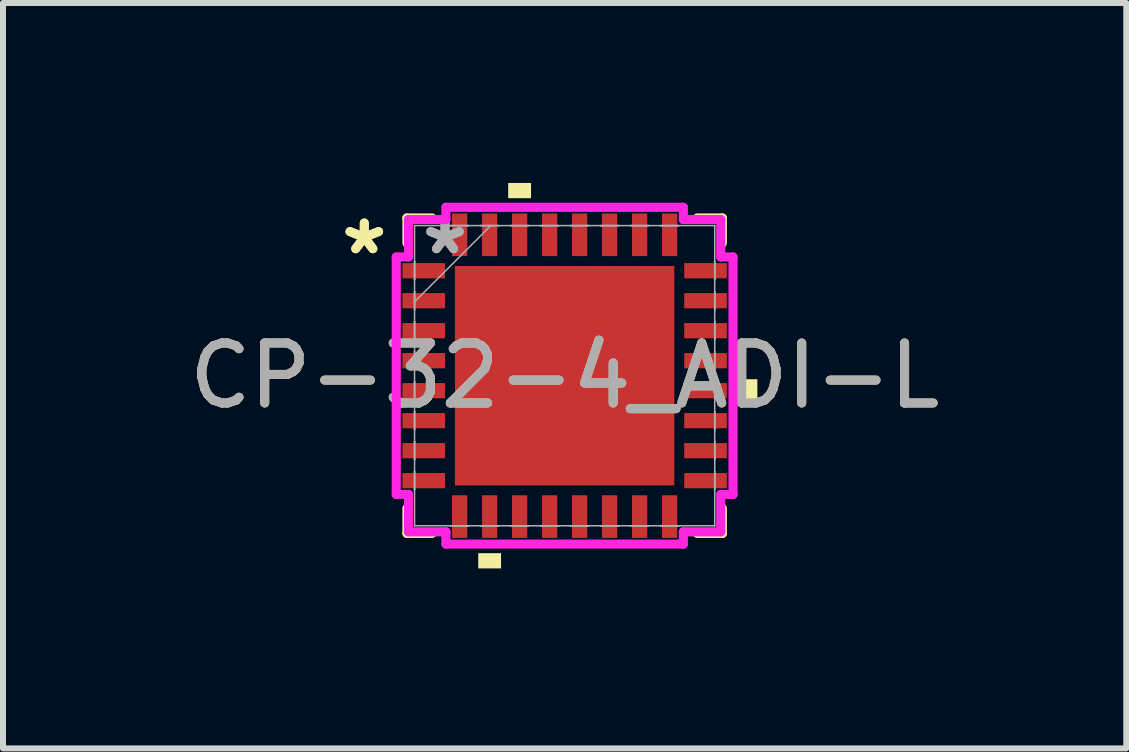
<source format=kicad_pcb>
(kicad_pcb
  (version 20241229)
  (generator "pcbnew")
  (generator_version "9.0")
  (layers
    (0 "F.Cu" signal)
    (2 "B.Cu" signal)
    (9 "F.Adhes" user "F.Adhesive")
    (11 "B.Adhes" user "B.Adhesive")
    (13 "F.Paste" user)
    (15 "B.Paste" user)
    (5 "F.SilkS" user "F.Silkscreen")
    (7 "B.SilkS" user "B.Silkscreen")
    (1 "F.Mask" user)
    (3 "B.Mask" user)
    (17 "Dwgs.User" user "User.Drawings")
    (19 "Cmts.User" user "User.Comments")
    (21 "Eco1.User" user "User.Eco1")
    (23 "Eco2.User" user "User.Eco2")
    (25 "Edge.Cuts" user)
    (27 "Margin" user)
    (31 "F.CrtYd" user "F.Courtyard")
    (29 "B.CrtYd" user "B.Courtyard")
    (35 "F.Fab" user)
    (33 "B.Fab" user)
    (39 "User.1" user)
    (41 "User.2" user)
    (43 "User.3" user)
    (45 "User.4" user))
  (footprint "CP-32-4_ADI-L"
    (layer "F.Cu")
    (at 6.363 3.213)
    (property "Reference" "CP-32-4_ADI-L" (at 0 0 0) (unlocked yes) (layer "F.SilkS") (effects (font (size 1 1) (thickness 0.15))))
    (attr smd)
    (fp_line (start -2.629 -2.629) (end -2.629 -2.21) (stroke (width 0.152) (type solid)) (layer "F.SilkS"))
    (fp_line (start -2.629 2.21) (end -2.629 2.629) (stroke (width 0.152) (type solid)) (layer "F.SilkS"))
    (fp_line (start -2.629 2.629) (end -2.21 2.629) (stroke (width 0.152) (type solid)) (layer "F.SilkS"))
    (fp_line (start -2.21 -2.629) (end -2.629 -2.629) (stroke (width 0.152) (type solid)) (layer "F.SilkS"))
    (fp_line (start 2.21 2.629) (end 2.629 2.629) (stroke (width 0.152) (type solid)) (layer "F.SilkS"))
    (fp_line (start 2.629 -2.629) (end 2.21 -2.629) (stroke (width 0.152) (type solid)) (layer "F.SilkS"))
    (fp_line (start 2.629 -2.21) (end 2.629 -2.629) (stroke (width 0.152) (type solid)) (layer "F.SilkS"))
    (fp_line (start 2.629 2.629) (end 2.629 2.21) (stroke (width 0.152) (type solid)) (layer "F.SilkS"))
    (fp_poly (pts (xy -1.44 2.959) (xy -1.44 3.213) (xy -1.06 3.213) (xy -1.06 2.959)) (stroke (width 0) (type solid)) (fill yes) (layer "F.SilkS"))
    (fp_poly (pts (xy -0.941 -2.959) (xy -0.941 -3.213) (xy -0.56 -3.213) (xy -0.56 -2.959)) (stroke (width 0) (type solid)) (fill yes) (layer "F.SilkS"))
    (fp_poly (pts (xy 3.213 0.059) (xy 3.213 0.441) (xy 2.959 0.441) (xy 2.959 0.059)) (stroke (width 0) (type solid)) (fill yes) (layer "F.SilkS"))
    (fp_poly (pts (xy -1.729 -1.729) (xy -1.729 -0.1) (xy -0.1 -0.1) (xy -0.1 -1.729)) (stroke (width 0) (type solid)) (fill yes) (layer "F.Paste"))
    (fp_poly (pts (xy -1.729 0.1) (xy -1.729 1.729) (xy -0.1 1.729) (xy -0.1 0.1)) (stroke (width 0) (type solid)) (fill yes) (layer "F.Paste"))
    (fp_poly (pts (xy 0.1 -1.729) (xy 0.1 -0.1) (xy 1.729 -0.1) (xy 1.729 -1.729)) (stroke (width 0) (type solid)) (fill yes) (layer "F.Paste"))
    (fp_poly (pts (xy 0.1 0.1) (xy 0.1 1.729) (xy 1.729 1.729) (xy 1.729 0.1)) (stroke (width 0) (type solid)) (fill yes) (layer "F.Paste"))
    (fp_line (start -2.807 -1.979) (end -2.603 -1.979) (stroke (width 0.152) (type solid)) (layer "F.CrtYd"))
    (fp_line (start -2.807 1.979) (end -2.807 -1.979) (stroke (width 0.152) (type solid)) (layer "F.CrtYd"))
    (fp_line (start -2.603 -2.603) (end -1.979 -2.603) (stroke (width 0.152) (type solid)) (layer "F.CrtYd"))
    (fp_line (start -2.603 -1.979) (end -2.603 -2.603) (stroke (width 0.152) (type solid)) (layer "F.CrtYd"))
    (fp_line (start -2.603 1.979) (end -2.807 1.979) (stroke (width 0.152) (type solid)) (layer "F.CrtYd"))
    (fp_line (start -2.603 2.603) (end -2.603 1.979) (stroke (width 0.152) (type solid)) (layer "F.CrtYd"))
    (fp_line (start -1.979 -2.807) (end 1.979 -2.807) (stroke (width 0.152) (type solid)) (layer "F.CrtYd"))
    (fp_line (start -1.979 -2.603) (end -1.979 -2.807) (stroke (width 0.152) (type solid)) (layer "F.CrtYd"))
    (fp_line (start -1.979 2.603) (end -2.603 2.603) (stroke (width 0.152) (type solid)) (layer "F.CrtYd"))
    (fp_line (start -1.979 2.807) (end -1.979 2.603) (stroke (width 0.152) (type solid)) (layer "F.CrtYd"))
    (fp_line (start 1.979 -2.807) (end 1.979 -2.603) (stroke (width 0.152) (type solid)) (layer "F.CrtYd"))
    (fp_line (start 1.979 -2.603) (end 2.603 -2.603) (stroke (width 0.152) (type solid)) (layer "F.CrtYd"))
    (fp_line (start 1.979 2.603) (end 1.979 2.807) (stroke (width 0.152) (type solid)) (layer "F.CrtYd"))
    (fp_line (start 1.979 2.807) (end -1.979 2.807) (stroke (width 0.152) (type solid)) (layer "F.CrtYd"))
    (fp_line (start 2.603 -2.603) (end 2.603 -1.979) (stroke (width 0.152) (type solid)) (layer "F.CrtYd"))
    (fp_line (start 2.603 -1.979) (end 2.807 -1.979) (stroke (width 0.152) (type solid)) (layer "F.CrtYd"))
    (fp_line (start 2.603 1.979) (end 2.603 2.603) (stroke (width 0.152) (type solid)) (layer "F.CrtYd"))
    (fp_line (start 2.603 2.603) (end 1.979 2.603) (stroke (width 0.152) (type solid)) (layer "F.CrtYd"))
    (fp_line (start 2.807 -1.979) (end 2.807 1.979) (stroke (width 0.152) (type solid)) (layer "F.CrtYd"))
    (fp_line (start 2.807 1.979) (end 2.603 1.979) (stroke (width 0.152) (type solid)) (layer "F.CrtYd"))
    (fp_line (start -2.502 -2.502) (end -2.502 -2.502) (stroke (width 0.025) (type solid)) (layer "F.Fab"))
    (fp_line (start -2.502 -2.502) (end -2.502 2.502) (stroke (width 0.025) (type solid)) (layer "F.Fab"))
    (fp_line (start -2.502 -1.902) (end -2.502 -1.902) (stroke (width 0.025) (type solid)) (layer "F.Fab"))
    (fp_line (start -2.502 -1.902) (end -2.502 -1.598) (stroke (width 0.025) (type solid)) (layer "F.Fab"))
    (fp_line (start -2.502 -1.598) (end -2.502 -1.902) (stroke (width 0.025) (type solid)) (layer "F.Fab"))
    (fp_line (start -2.502 -1.598) (end -2.502 -1.598) (stroke (width 0.025) (type solid)) (layer "F.Fab"))
    (fp_line (start -2.502 -1.402) (end -2.502 -1.402) (stroke (width 0.025) (type solid)) (layer "F.Fab"))
    (fp_line (start -2.502 -1.402) (end -2.502 -1.098) (stroke (width 0.025) (type solid)) (layer "F.Fab"))
    (fp_line (start -2.502 -1.232) (end -1.232 -2.502) (stroke (width 0.025) (type solid)) (layer "F.Fab"))
    (fp_line (start -2.502 -1.098) (end -2.502 -1.402) (stroke (width 0.025) (type solid)) (layer "F.Fab"))
    (fp_line (start -2.502 -1.098) (end -2.502 -1.098) (stroke (width 0.025) (type solid)) (layer "F.Fab"))
    (fp_line (start -2.502 -0.902) (end -2.502 -0.902) (stroke (width 0.025) (type solid)) (layer "F.Fab"))
    (fp_line (start -2.502 -0.902) (end -2.502 -0.598) (stroke (width 0.025) (type solid)) (layer "F.Fab"))
    (fp_line (start -2.502 -0.598) (end -2.502 -0.902) (stroke (width 0.025) (type solid)) (layer "F.Fab"))
    (fp_line (start -2.502 -0.598) (end -2.502 -0.598) (stroke (width 0.025) (type solid)) (layer "F.Fab"))
    (fp_line (start -2.502 -0.402) (end -2.502 -0.402) (stroke (width 0.025) (type solid)) (layer "F.Fab"))
    (fp_line (start -2.502 -0.402) (end -2.502 -0.098) (stroke (width 0.025) (type solid)) (layer "F.Fab"))
    (fp_line (start -2.502 -0.098) (end -2.502 -0.402) (stroke (width 0.025) (type solid)) (layer "F.Fab"))
    (fp_line (start -2.502 -0.098) (end -2.502 -0.098) (stroke (width 0.025) (type solid)) (layer "F.Fab"))
    (fp_line (start -2.502 0.098) (end -2.502 0.098) (stroke (width 0.025) (type solid)) (layer "F.Fab"))
    (fp_line (start -2.502 0.098) (end -2.502 0.402) (stroke (width 0.025) (type solid)) (layer "F.Fab"))
    (fp_line (start -2.502 0.402) (end -2.502 0.098) (stroke (width 0.025) (type solid)) (layer "F.Fab"))
    (fp_line (start -2.502 0.402) (end -2.502 0.402) (stroke (width 0.025) (type solid)) (layer "F.Fab"))
    (fp_line (start -2.502 0.598) (end -2.502 0.598) (stroke (width 0.025) (type solid)) (layer "F.Fab"))
    (fp_line (start -2.502 0.598) (end -2.502 0.902) (stroke (width 0.025) (type solid)) (layer "F.Fab"))
    (fp_line (start -2.502 0.902) (end -2.502 0.598) (stroke (width 0.025) (type solid)) (layer "F.Fab"))
    (fp_line (start -2.502 0.902) (end -2.502 0.902) (stroke (width 0.025) (type solid)) (layer "F.Fab"))
    (fp_line (start -2.502 1.098) (end -2.502 1.098) (stroke (width 0.025) (type solid)) (layer "F.Fab"))
    (fp_line (start -2.502 1.098) (end -2.502 1.402) (stroke (width 0.025) (type solid)) (layer "F.Fab"))
    (fp_line (start -2.502 1.402) (end -2.502 1.098) (stroke (width 0.025) (type solid)) (layer "F.Fab"))
    (fp_line (start -2.502 1.402) (end -2.502 1.402) (stroke (width 0.025) (type solid)) (layer "F.Fab"))
    (fp_line (start -2.502 1.598) (end -2.502 1.598) (stroke (width 0.025) (type solid)) (layer "F.Fab"))
    (fp_line (start -2.502 1.598) (end -2.502 1.902) (stroke (width 0.025) (type solid)) (layer "F.Fab"))
    (fp_line (start -2.502 1.902) (end -2.502 1.598) (stroke (width 0.025) (type solid)) (layer "F.Fab"))
    (fp_line (start -2.502 1.902) (end -2.502 1.902) (stroke (width 0.025) (type solid)) (layer "F.Fab"))
    (fp_line (start -2.502 2.502) (end -2.502 2.502) (stroke (width 0.025) (type solid)) (layer "F.Fab"))
    (fp_line (start -2.502 2.502) (end 2.502 2.502) (stroke (width 0.025) (type solid)) (layer "F.Fab"))
    (fp_line (start -1.902 -2.502) (end -1.902 -2.502) (stroke (width 0.025) (type solid)) (layer "F.Fab"))
    (fp_line (start -1.902 -2.502) (end -1.598 -2.502) (stroke (width 0.025) (type solid)) (layer "F.Fab"))
    (fp_line (start -1.902 2.502) (end -1.902 2.502) (stroke (width 0.025) (type solid)) (layer "F.Fab"))
    (fp_line (start -1.902 2.502) (end -1.598 2.502) (stroke (width 0.025) (type solid)) (layer "F.Fab"))
    (fp_line (start -1.598 -2.502) (end -1.902 -2.502) (stroke (width 0.025) (type solid)) (layer "F.Fab"))
    (fp_line (start -1.598 -2.502) (end -1.598 -2.502) (stroke (width 0.025) (type solid)) (layer "F.Fab"))
    (fp_line (start -1.598 2.502) (end -1.902 2.502) (stroke (width 0.025) (type solid)) (layer "F.Fab"))
    (fp_line (start -1.598 2.502) (end -1.598 2.502) (stroke (width 0.025) (type solid)) (layer "F.Fab"))
    (fp_line (start -1.402 -2.502) (end -1.402 -2.502) (stroke (width 0.025) (type solid)) (layer "F.Fab"))
    (fp_line (start -1.402 -2.502) (end -1.098 -2.502) (stroke (width 0.025) (type solid)) (layer "F.Fab"))
    (fp_line (start -1.402 2.502) (end -1.402 2.502) (stroke (width 0.025) (type solid)) (layer "F.Fab"))
    (fp_line (start -1.402 2.502) (end -1.098 2.502) (stroke (width 0.025) (type solid)) (layer "F.Fab"))
    (fp_line (start -1.098 -2.502) (end -1.402 -2.502) (stroke (width 0.025) (type solid)) (layer "F.Fab"))
    (fp_line (start -1.098 -2.502) (end -1.098 -2.502) (stroke (width 0.025) (type solid)) (layer "F.Fab"))
    (fp_line (start -1.098 2.502) (end -1.402 2.502) (stroke (width 0.025) (type solid)) (layer "F.Fab"))
    (fp_line (start -1.098 2.502) (end -1.098 2.502) (stroke (width 0.025) (type solid)) (layer "F.Fab"))
    (fp_line (start -0.902 -2.502) (end -0.902 -2.502) (stroke (width 0.025) (type solid)) (layer "F.Fab"))
    (fp_line (start -0.902 -2.502) (end -0.598 -2.502) (stroke (width 0.025) (type solid)) (layer "F.Fab"))
    (fp_line (start -0.902 2.502) (end -0.902 2.502) (stroke (width 0.025) (type solid)) (layer "F.Fab"))
    (fp_line (start -0.902 2.502) (end -0.598 2.502) (stroke (width 0.025) (type solid)) (layer "F.Fab"))
    (fp_line (start -0.598 -2.502) (end -0.902 -2.502) (stroke (width 0.025) (type solid)) (layer "F.Fab"))
    (fp_line (start -0.598 -2.502) (end -0.598 -2.502) (stroke (width 0.025) (type solid)) (layer "F.Fab"))
    (fp_line (start -0.598 2.502) (end -0.902 2.502) (stroke (width 0.025) (type solid)) (layer "F.Fab"))
    (fp_line (start -0.598 2.502) (end -0.598 2.502) (stroke (width 0.025) (type solid)) (layer "F.Fab"))
    (fp_line (start -0.402 -2.502) (end -0.402 -2.502) (stroke (width 0.025) (type solid)) (layer "F.Fab"))
    (fp_line (start -0.402 -2.502) (end -0.098 -2.502) (stroke (width 0.025) (type solid)) (layer "F.Fab"))
    (fp_line (start -0.402 2.502) (end -0.402 2.502) (stroke (width 0.025) (type solid)) (layer "F.Fab"))
    (fp_line (start -0.402 2.502) (end -0.098 2.502) (stroke (width 0.025) (type solid)) (layer "F.Fab"))
    (fp_line (start -0.098 -2.502) (end -0.402 -2.502) (stroke (width 0.025) (type solid)) (layer "F.Fab"))
    (fp_line (start -0.098 -2.502) (end -0.098 -2.502) (stroke (width 0.025) (type solid)) (layer "F.Fab"))
    (fp_line (start -0.098 2.502) (end -0.402 2.502) (stroke (width 0.025) (type solid)) (layer "F.Fab"))
    (fp_line (start -0.098 2.502) (end -0.098 2.502) (stroke (width 0.025) (type solid)) (layer "F.Fab"))
    (fp_line (start 0.098 -2.502) (end 0.098 -2.502) (stroke (width 0.025) (type solid)) (layer "F.Fab"))
    (fp_line (start 0.098 -2.502) (end 0.402 -2.502) (stroke (width 0.025) (type solid)) (layer "F.Fab"))
    (fp_line (start 0.098 2.502) (end 0.098 2.502) (stroke (width 0.025) (type solid)) (layer "F.Fab"))
    (fp_line (start 0.098 2.502) (end 0.402 2.502) (stroke (width 0.025) (type solid)) (layer "F.Fab"))
    (fp_line (start 0.402 -2.502) (end 0.098 -2.502) (stroke (width 0.025) (type solid)) (layer "F.Fab"))
    (fp_line (start 0.402 -2.502) (end 0.402 -2.502) (stroke (width 0.025) (type solid)) (layer "F.Fab"))
    (fp_line (start 0.402 2.502) (end 0.098 2.502) (stroke (width 0.025) (type solid)) (layer "F.Fab"))
    (fp_line (start 0.402 2.502) (end 0.402 2.502) (stroke (width 0.025) (type solid)) (layer "F.Fab"))
    (fp_line (start 0.598 -2.502) (end 0.598 -2.502) (stroke (width 0.025) (type solid)) (layer "F.Fab"))
    (fp_line (start 0.598 -2.502) (end 0.902 -2.502) (stroke (width 0.025) (type solid)) (layer "F.Fab"))
    (fp_line (start 0.598 2.502) (end 0.598 2.502) (stroke (width 0.025) (type solid)) (layer "F.Fab"))
    (fp_line (start 0.598 2.502) (end 0.902 2.502) (stroke (width 0.025) (type solid)) (layer "F.Fab"))
    (fp_line (start 0.902 -2.502) (end 0.598 -2.502) (stroke (width 0.025) (type solid)) (layer "F.Fab"))
    (fp_line (start 0.902 -2.502) (end 0.902 -2.502) (stroke (width 0.025) (type solid)) (layer "F.Fab"))
    (fp_line (start 0.902 2.502) (end 0.598 2.502) (stroke (width 0.025) (type solid)) (layer "F.Fab"))
    (fp_line (start 0.902 2.502) (end 0.902 2.502) (stroke (width 0.025) (type solid)) (layer "F.Fab"))
    (fp_line (start 1.098 -2.502) (end 1.098 -2.502) (stroke (width 0.025) (type solid)) (layer "F.Fab"))
    (fp_line (start 1.098 -2.502) (end 1.402 -2.502) (stroke (width 0.025) (type solid)) (layer "F.Fab"))
    (fp_line (start 1.098 2.502) (end 1.098 2.502) (stroke (width 0.025) (type solid)) (layer "F.Fab"))
    (fp_line (start 1.098 2.502) (end 1.402 2.502) (stroke (width 0.025) (type solid)) (layer "F.Fab"))
    (fp_line (start 1.402 -2.502) (end 1.098 -2.502) (stroke (width 0.025) (type solid)) (layer "F.Fab"))
    (fp_line (start 1.402 -2.502) (end 1.402 -2.502) (stroke (width 0.025) (type solid)) (layer "F.Fab"))
    (fp_line (start 1.402 2.502) (end 1.098 2.502) (stroke (width 0.025) (type solid)) (layer "F.Fab"))
    (fp_line (start 1.402 2.502) (end 1.402 2.502) (stroke (width 0.025) (type solid)) (layer "F.Fab"))
    (fp_line (start 1.598 -2.502) (end 1.598 -2.502) (stroke (width 0.025) (type solid)) (layer "F.Fab"))
    (fp_line (start 1.598 -2.502) (end 1.902 -2.502) (stroke (width 0.025) (type solid)) (layer "F.Fab"))
    (fp_line (start 1.598 2.502) (end 1.598 2.502) (stroke (width 0.025) (type solid)) (layer "F.Fab"))
    (fp_line (start 1.598 2.502) (end 1.902 2.502) (stroke (width 0.025) (type solid)) (layer "F.Fab"))
    (fp_line (start 1.902 -2.502) (end 1.598 -2.502) (stroke (width 0.025) (type solid)) (layer "F.Fab"))
    (fp_line (start 1.902 -2.502) (end 1.902 -2.502) (stroke (width 0.025) (type solid)) (layer "F.Fab"))
    (fp_line (start 1.902 2.502) (end 1.598 2.502) (stroke (width 0.025) (type solid)) (layer "F.Fab"))
    (fp_line (start 1.902 2.502) (end 1.902 2.502) (stroke (width 0.025) (type solid)) (layer "F.Fab"))
    (fp_line (start 2.502 -2.502) (end -2.502 -2.502) (stroke (width 0.025) (type solid)) (layer "F.Fab"))
    (fp_line (start 2.502 -2.502) (end 2.502 -2.502) (stroke (width 0.025) (type solid)) (layer "F.Fab"))
    (fp_line (start 2.502 -1.902) (end 2.502 -1.902) (stroke (width 0.025) (type solid)) (layer "F.Fab"))
    (fp_line (start 2.502 -1.902) (end 2.502 -1.598) (stroke (width 0.025) (type solid)) (layer "F.Fab"))
    (fp_line (start 2.502 -1.598) (end 2.502 -1.902) (stroke (width 0.025) (type solid)) (layer "F.Fab"))
    (fp_line (start 2.502 -1.598) (end 2.502 -1.598) (stroke (width 0.025) (type solid)) (layer "F.Fab"))
    (fp_line (start 2.502 -1.402) (end 2.502 -1.402) (stroke (width 0.025) (type solid)) (layer "F.Fab"))
    (fp_line (start 2.502 -1.402) (end 2.502 -1.098) (stroke (width 0.025) (type solid)) (layer "F.Fab"))
    (fp_line (start 2.502 -1.098) (end 2.502 -1.402) (stroke (width 0.025) (type solid)) (layer "F.Fab"))
    (fp_line (start 2.502 -1.098) (end 2.502 -1.098) (stroke (width 0.025) (type solid)) (layer "F.Fab"))
    (fp_line (start 2.502 -0.902) (end 2.502 -0.902) (stroke (width 0.025) (type solid)) (layer "F.Fab"))
    (fp_line (start 2.502 -0.902) (end 2.502 -0.598) (stroke (width 0.025) (type solid)) (layer "F.Fab"))
    (fp_line (start 2.502 -0.598) (end 2.502 -0.902) (stroke (width 0.025) (type solid)) (layer "F.Fab"))
    (fp_line (start 2.502 -0.598) (end 2.502 -0.598) (stroke (width 0.025) (type solid)) (layer "F.Fab"))
    (fp_line (start 2.502 -0.402) (end 2.502 -0.402) (stroke (width 0.025) (type solid)) (layer "F.Fab"))
    (fp_line (start 2.502 -0.402) (end 2.502 -0.098) (stroke (width 0.025) (type solid)) (layer "F.Fab"))
    (fp_line (start 2.502 -0.098) (end 2.502 -0.402) (stroke (width 0.025) (type solid)) (layer "F.Fab"))
    (fp_line (start 2.502 -0.098) (end 2.502 -0.098) (stroke (width 0.025) (type solid)) (layer "F.Fab"))
    (fp_line (start 2.502 0.098) (end 2.502 0.098) (stroke (width 0.025) (type solid)) (layer "F.Fab"))
    (fp_line (start 2.502 0.098) (end 2.502 0.402) (stroke (width 0.025) (type solid)) (layer "F.Fab"))
    (fp_line (start 2.502 0.402) (end 2.502 0.098) (stroke (width 0.025) (type solid)) (layer "F.Fab"))
    (fp_line (start 2.502 0.402) (end 2.502 0.402) (stroke (width 0.025) (type solid)) (layer "F.Fab"))
    (fp_line (start 2.502 0.598) (end 2.502 0.598) (stroke (width 0.025) (type solid)) (layer "F.Fab"))
    (fp_line (start 2.502 0.598) (end 2.502 0.902) (stroke (width 0.025) (type solid)) (layer "F.Fab"))
    (fp_line (start 2.502 0.902) (end 2.502 0.598) (stroke (width 0.025) (type solid)) (layer "F.Fab"))
    (fp_line (start 2.502 0.902) (end 2.502 0.902) (stroke (width 0.025) (type solid)) (layer "F.Fab"))
    (fp_line (start 2.502 1.098) (end 2.502 1.098) (stroke (width 0.025) (type solid)) (layer "F.Fab"))
    (fp_line (start 2.502 1.098) (end 2.502 1.402) (stroke (width 0.025) (type solid)) (layer "F.Fab"))
    (fp_line (start 2.502 1.402) (end 2.502 1.098) (stroke (width 0.025) (type solid)) (layer "F.Fab"))
    (fp_line (start 2.502 1.402) (end 2.502 1.402) (stroke (width 0.025) (type solid)) (layer "F.Fab"))
    (fp_line (start 2.502 1.598) (end 2.502 1.598) (stroke (width 0.025) (type solid)) (layer "F.Fab"))
    (fp_line (start 2.502 1.598) (end 2.502 1.902) (stroke (width 0.025) (type solid)) (layer "F.Fab"))
    (fp_line (start 2.502 1.902) (end 2.502 1.598) (stroke (width 0.025) (type solid)) (layer "F.Fab"))
    (fp_line (start 2.502 1.902) (end 2.502 1.902) (stroke (width 0.025) (type solid)) (layer "F.Fab"))
    (fp_line (start 2.502 2.502) (end 2.502 -2.502) (stroke (width 0.025) (type solid)) (layer "F.Fab"))
    (fp_line (start 2.502 2.502) (end 2.502 2.502) (stroke (width 0.025) (type solid)) (layer "F.Fab"))
    (fp_text user "*" (at -3.34 -2 0) (layer "F.SilkS") (effects (font (size 1 1) (thickness 0.15))))
    (fp_text user "*" (at -3.34 -2 0) (unlocked yes) (layer "F.SilkS") (effects (font (size 1 1) (thickness 0.15))))
    (fp_text user "${REFERENCE}" (at 0 0 0) (unlocked yes) (layer "F.Fab") (effects (font (size 1 1) (thickness 0.15))))
    (fp_text user "*" (at -1.994 -2 0) (unlocked yes) (layer "F.Fab") (effects (font (size 1 1) (thickness 0.15))))
    (fp_text user "*" (at -1.994 -2 0) (layer "F.Fab") (effects (font (size 1 1) (thickness 0.15))))
    (pad "1" smd rect (at -2.349 -1.75 90) (size 0.254 0.711) (layers "F.Cu" "F.Mask" "F.Paste"))
    (pad "2" smd rect (at -2.349 -1.25 90) (size 0.254 0.711) (layers "F.Cu" "F.Mask" "F.Paste"))
    (pad "3" smd rect (at -2.349 -0.75 90) (size 0.254 0.711) (layers "F.Cu" "F.Mask" "F.Paste"))
    (pad "4" smd rect (at -2.349 -0.25 90) (size 0.254 0.711) (layers "F.Cu" "F.Mask" "F.Paste"))
    (pad "5" smd rect (at -2.349 0.25 90) (size 0.254 0.711) (layers "F.Cu" "F.Mask" "F.Paste"))
    (pad "6" smd rect (at -2.349 0.75 90) (size 0.254 0.711) (layers "F.Cu" "F.Mask" "F.Paste"))
    (pad "7" smd rect (at -2.349 1.25 90) (size 0.254 0.711) (layers "F.Cu" "F.Mask" "F.Paste"))
    (pad "8" smd rect (at -2.349 1.75 90) (size 0.254 0.711) (layers "F.Cu" "F.Mask" "F.Paste"))
    (pad "9" smd rect (at -1.75 2.349) (size 0.254 0.711) (layers "F.Cu" "F.Mask" "F.Paste"))
    (pad "10" smd rect (at -1.25 2.349) (size 0.254 0.711) (layers "F.Cu" "F.Mask" "F.Paste"))
    (pad "11" smd rect (at -0.75 2.349) (size 0.254 0.711) (layers "F.Cu" "F.Mask" "F.Paste"))
    (pad "12" smd rect (at -0.25 2.349) (size 0.254 0.711) (layers "F.Cu" "F.Mask" "F.Paste"))
    (pad "13" smd rect (at 0.25 2.349) (size 0.254 0.711) (layers "F.Cu" "F.Mask" "F.Paste"))
    (pad "14" smd rect (at 0.75 2.349) (size 0.254 0.711) (layers "F.Cu" "F.Mask" "F.Paste"))
    (pad "15" smd rect (at 1.25 2.349) (size 0.254 0.711) (layers "F.Cu" "F.Mask" "F.Paste"))
    (pad "16" smd rect (at 1.75 2.349) (size 0.254 0.711) (layers "F.Cu" "F.Mask" "F.Paste"))
    (pad "17" smd rect (at 2.349 1.75 90) (size 0.254 0.711) (layers "F.Cu" "F.Mask" "F.Paste"))
    (pad "18" smd rect (at 2.349 1.25 90) (size 0.254 0.711) (layers "F.Cu" "F.Mask" "F.Paste"))
    (pad "19" smd rect (at 2.349 0.75 90) (size 0.254 0.711) (layers "F.Cu" "F.Mask" "F.Paste"))
    (pad "20" smd rect (at 2.349 0.25 90) (size 0.254 0.711) (layers "F.Cu" "F.Mask" "F.Paste"))
    (pad "21" smd rect (at 2.349 -0.25 90) (size 0.254 0.711) (layers "F.Cu" "F.Mask" "F.Paste"))
    (pad "22" smd rect (at 2.349 -0.75 90) (size 0.254 0.711) (layers "F.Cu" "F.Mask" "F.Paste"))
    (pad "23" smd rect (at 2.349 -1.25 90) (size 0.254 0.711) (layers "F.Cu" "F.Mask" "F.Paste"))
    (pad "24" smd rect (at 2.349 -1.75 90) (size 0.254 0.711) (layers "F.Cu" "F.Mask" "F.Paste"))
    (pad "25" smd rect (at 1.75 -2.349) (size 0.254 0.711) (layers "F.Cu" "F.Mask" "F.Paste"))
    (pad "26" smd rect (at 1.25 -2.349) (size 0.254 0.711) (layers "F.Cu" "F.Mask" "F.Paste"))
    (pad "27" smd rect (at 0.75 -2.349) (size 0.254 0.711) (layers "F.Cu" "F.Mask" "F.Paste"))
    (pad "28" smd rect (at 0.25 -2.349) (size 0.254 0.711) (layers "F.Cu" "F.Mask" "F.Paste"))
    (pad "29" smd rect (at -0.25 -2.349) (size 0.254 0.711) (layers "F.Cu" "F.Mask" "F.Paste"))
    (pad "30" smd rect (at -0.75 -2.349) (size 0.254 0.711) (layers "F.Cu" "F.Mask" "F.Paste"))
    (pad "31" smd rect (at -1.25 -2.349) (size 0.254 0.711) (layers "F.Cu" "F.Mask" "F.Paste"))
    (pad "32" smd rect (at -1.75 -2.349) (size 0.254 0.711) (layers "F.Cu" "F.Mask" "F.Paste"))
    (pad "33" smd rect (at 0 0) (size 3.658 3.658) (layers "F.Cu" "F.Mask" "F.Paste")))
  (gr_rect
    (start -3 -3)
    (end 15.726 9.426)
    (stroke (width 0.1) (type default))
    (fill no)
    (layer "Edge.Cuts")))
</source>
